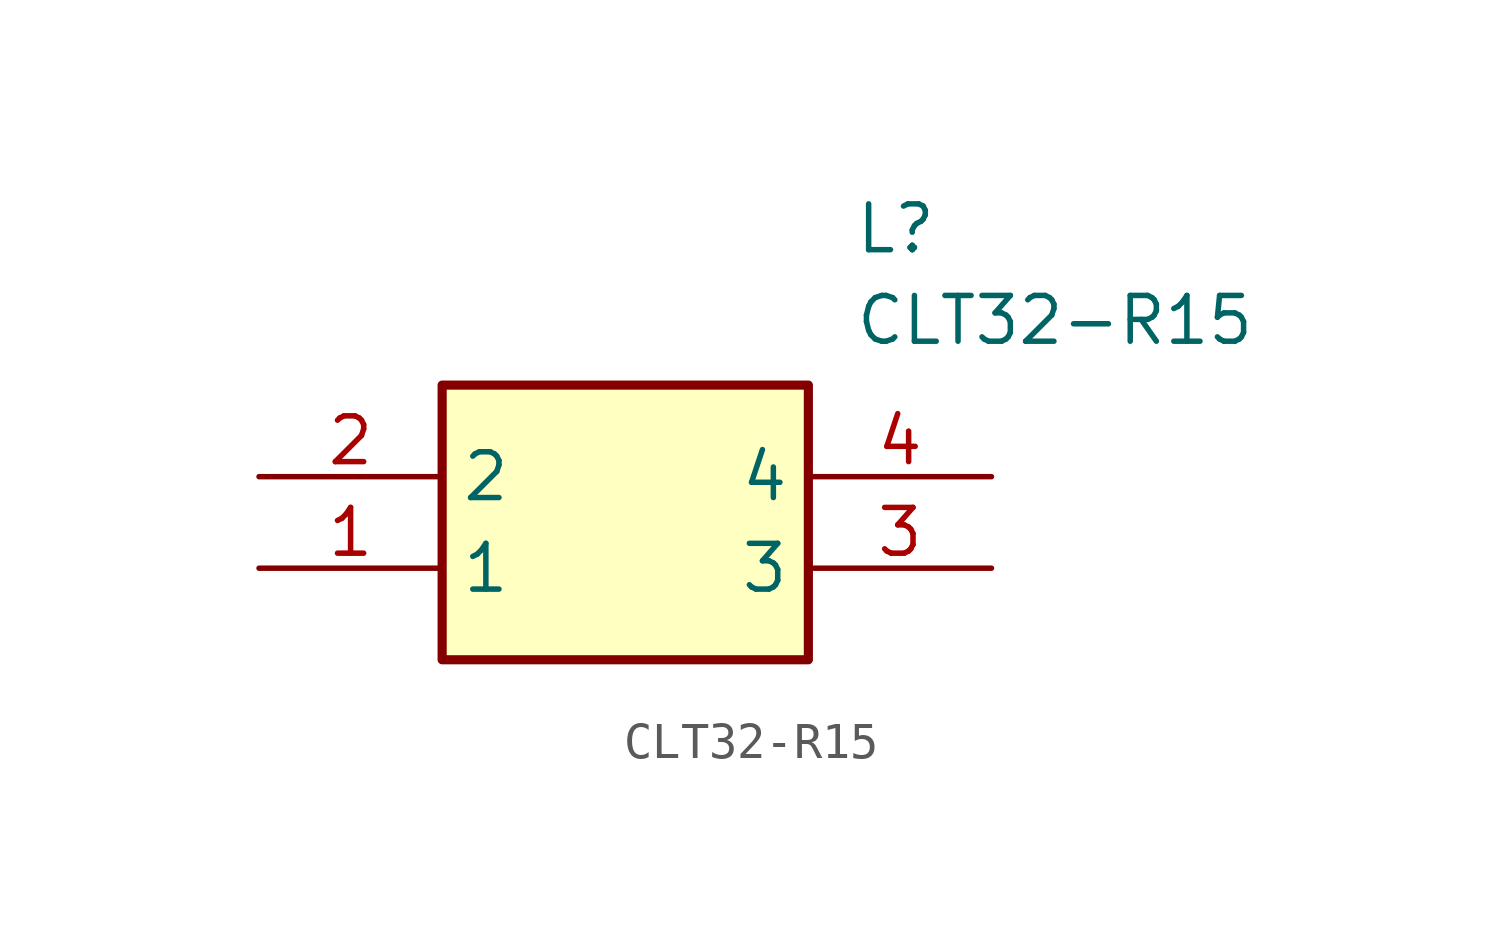
<source format=kicad_sym>
(kicad_symbol_lib
  (version 20211014)
  (generator SamacSys_ECAD_Model)
  (symbol "CLT32-R15"
    (property "Reference" "L"
      (at 16.51 7.62 0)
      (effects (font (size 1.27 1.27)) (justify left top)))
    (property "Value" "CLT32-R15"
      (at 16.51 5.08 0)
      (effects (font (size 1.27 1.27)) (justify left top)))
    (rectangle
      (start 5.08 2.54)
      (end 15.24 -5.08)
      (stroke (width 0.254) (type default))
      (fill (type background)))
    (pin passive line
      (at 0 -2.54 0)
      (length 5.08)
      (name "1" (effects (font (size 1.27 1.27))))
      (number "1" (effects (font (size 1.27 1.27)))))
    (pin passive line
      (at 0 0 0)
      (length 5.08)
      (name "2" (effects (font (size 1.27 1.27))))
      (number "2" (effects (font (size 1.27 1.27)))))
    (pin passive line
      (at 20.32 -2.54 180)
      (length 5.08)
      (name "3" (effects (font (size 1.27 1.27))))
      (number "3" (effects (font (size 1.27 1.27)))))
    (pin passive line
      (at 20.32 0 180)
      (length 5.08)
      (name "4" (effects (font (size 1.27 1.27))))
      (number "4" (effects (font (size 1.27 1.27)))))))
</source>
